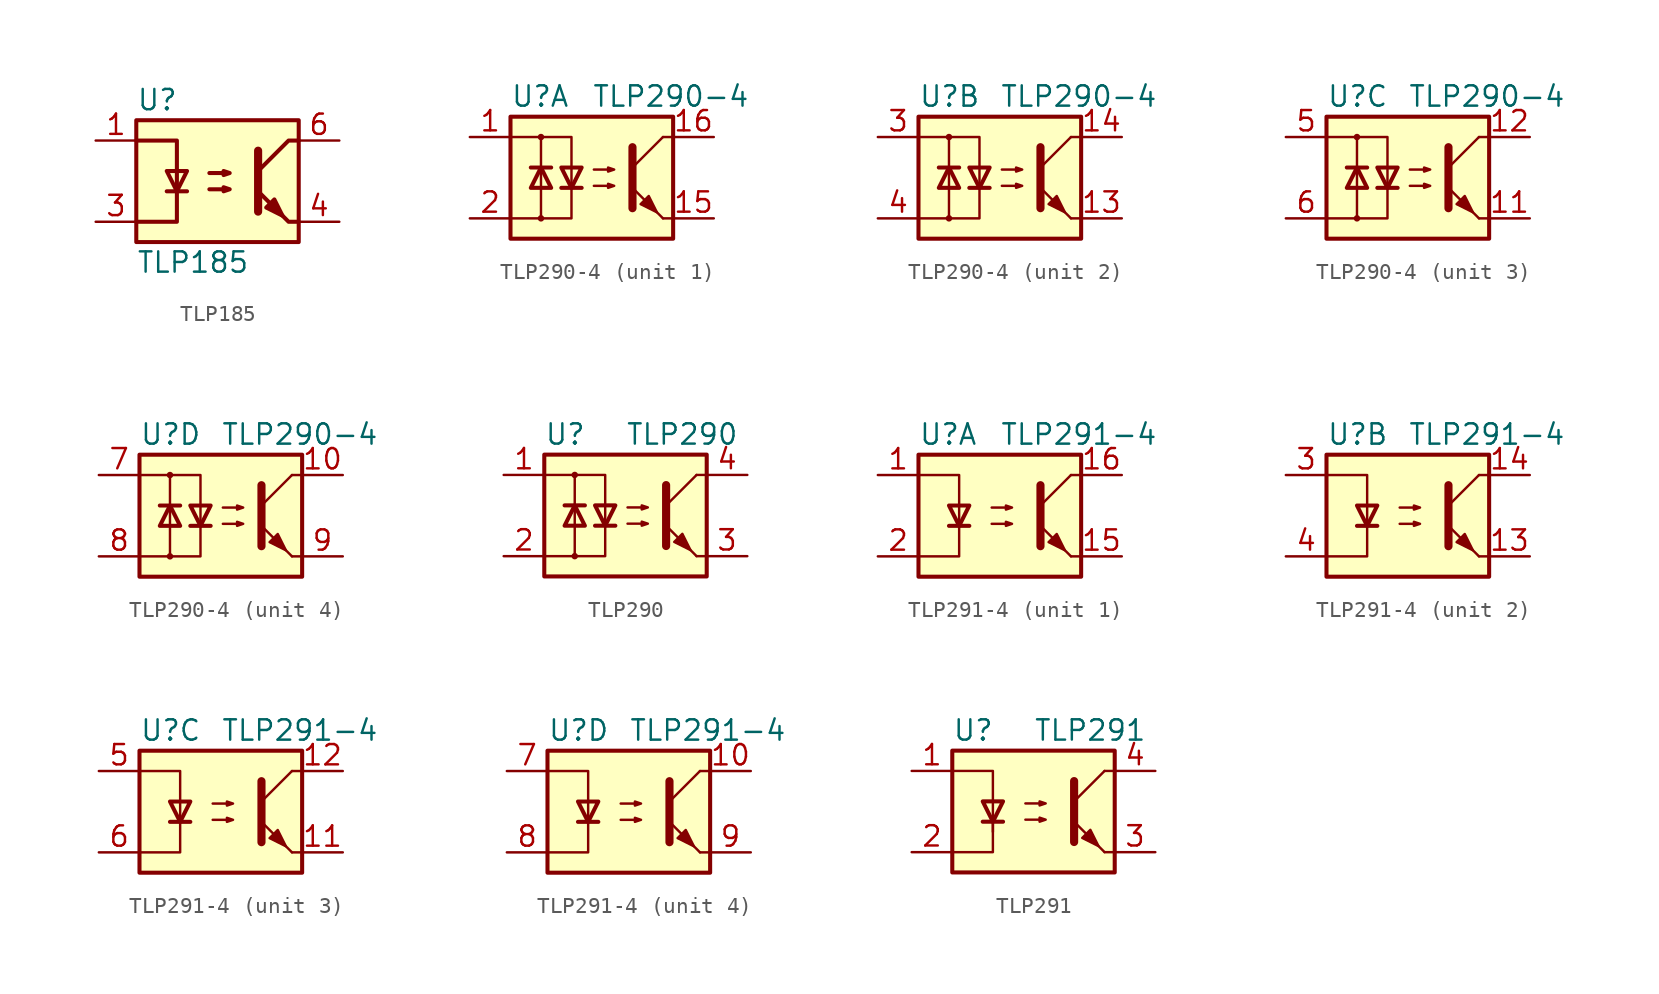
<source format=kicad_sym>
(kicad_symbol_lib
  (version 20201005)
  (generator kicad_symbol_editor)
  (symbol "TLP185"
    (property "Reference" "U"
      (at -5.08 5.08 0)
      (effects (font (size 1.27 1.27)) (justify left)))
    (property "Value" "TLP185"
      (at -5.08 -5.08 0)
      (effects (font (size 1.27 1.27)) (justify left)))
    (symbol "TLP185_0_1"
      (rectangle (start -5.08 3.81) (end 5.08 -3.81) (stroke (width 0.254)) (fill (type background)))
      (polyline (pts (xy -3.175 -0.635) (xy -1.905 -0.635)) (stroke (width 0.254)) (fill (type none)))
      (polyline (pts (xy 2.54 1.905) (xy 2.54 -1.905) (xy 2.54 -1.905)) (stroke (width 0.508)) (fill (type none)))
      (polyline (pts (xy 5.08 -2.54) (xy 4.445 -2.54) (xy 2.54 -0.635)) (stroke (width 0.254)) (fill (type none)))
      (polyline (pts (xy 5.08 2.54) (xy 4.445 2.54) (xy 2.54 0.635)) (stroke (width 0.254)) (fill (type none)))
      (polyline (pts (xy -5.08 -2.54) (xy -2.54 -2.54) (xy -2.54 2.54) (xy -5.08 2.54)) (stroke (width 0.254)) (fill (type none)))
      (polyline (pts (xy -2.54 -0.635) (xy -3.175 0.635) (xy -1.905 0.635) (xy -2.54 -0.635)) (stroke (width 0.254)) (fill (type none)))
      (polyline (pts (xy -0.508 -0.508) (xy 0.762 -0.508) (xy 0.381 -0.635) (xy 0.381 -0.381) (xy 0.762 -0.508)) (stroke (width 0.254)) (fill (type none)))
      (polyline (pts (xy -0.508 0.508) (xy 0.762 0.508) (xy 0.381 0.381) (xy 0.381 0.635) (xy 0.762 0.508)) (stroke (width 0.254)) (fill (type none)))
      (polyline (pts (xy 3.048 -1.651) (xy 3.556 -1.143) (xy 4.064 -2.159) (xy 3.048 -1.651) (xy 3.048 -1.651)) (stroke (width 0.254)) (fill (type outline))))
    (symbol "TLP185_1_1"
      (pin passive line (at -7.62 2.54 0) (length 2.54) (name "~" (effects (font (size 1.27 1.27)))) (number "1" (effects (font (size 1.27 1.27)))))
      (pin passive line (at -7.62 -2.54 0) (length 2.54) (name "~" (effects (font (size 1.27 1.27)))) (number "3" (effects (font (size 1.27 1.27)))))
      (pin passive line (at 7.62 -2.54 180) (length 2.54) (name "~" (effects (font (size 1.27 1.27)))) (number "4" (effects (font (size 1.27 1.27)))))
      (pin passive line (at 7.62 2.54 180) (length 2.54) (name "~" (effects (font (size 1.27 1.27)))) (number "6" (effects (font (size 1.27 1.27)))))))
  (symbol "TLP290-4"
    (pin_names
      (offset 1.016))
    (property "Reference" "U"
      (at -5.08 5.08 0)
      (effects (font (size 1.27 1.27)) (justify left)))
    (property "Value" "TLP290-4"
      (at 0 5.08 0)
      (effects (font (size 1.27 1.27)) (justify left)))
    (symbol "TLP290-4_0_1"
      (circle (center -3.175 -2.54) (radius 0.127) (stroke (width 0)) (fill (type none)))
      (circle (center -3.175 2.54) (radius 0.127) (stroke (width 0)) (fill (type none)))
      (rectangle (start -5.08 3.81) (end 5.08 -3.81) (stroke (width 0.254)) (fill (type background)))
      (polyline (pts (xy -3.81 0.635) (xy -2.54 0.635)) (stroke (width 0.254)) (fill (type none)))
      (polyline (pts (xy -3.175 -0.635) (xy -3.175 -2.54)) (stroke (width 0)) (fill (type none)))
      (polyline (pts (xy -3.175 -0.635) (xy -3.175 2.54)) (stroke (width 0)) (fill (type none)))
      (polyline (pts (xy -1.905 -0.635) (xy -0.635 -0.635)) (stroke (width 0.254)) (fill (type none)))
      (polyline (pts (xy 2.54 0.635) (xy 4.445 2.54)) (stroke (width 0)) (fill (type none)))
      (polyline (pts (xy 4.445 -2.54) (xy 2.54 -0.635)) (stroke (width 0)) (fill (type outline)))
      (polyline (pts (xy 4.445 -2.54) (xy 5.08 -2.54)) (stroke (width 0)) (fill (type none)))
      (polyline (pts (xy 4.445 2.54) (xy 5.08 2.54)) (stroke (width 0)) (fill (type none)))
      (polyline (pts (xy -5.08 2.54) (xy -1.27 2.54) (xy -1.27 -0.635)) (stroke (width 0)) (fill (type none)))
      (polyline (pts (xy -1.27 -0.635) (xy -1.27 -2.54) (xy -5.08 -2.54)) (stroke (width 0)) (fill (type none)))
      (polyline (pts (xy 2.54 1.905) (xy 2.54 -1.905) (xy 2.54 -1.905)) (stroke (width 0.508)) (fill (type none)))
      (polyline (pts (xy -3.175 0.635) (xy -3.81 -0.635) (xy -2.54 -0.635) (xy -3.175 0.635)) (stroke (width 0.254)) (fill (type none)))
      (polyline (pts (xy -1.27 -0.635) (xy -1.905 0.635) (xy -0.635 0.635) (xy -1.27 -0.635)) (stroke (width 0.254)) (fill (type none)))
      (polyline (pts (xy 0.127 -0.508) (xy 1.397 -0.508) (xy 1.016 -0.635) (xy 1.016 -0.381) (xy 1.397 -0.508)) (stroke (width 0)) (fill (type none)))
      (polyline (pts (xy 0.127 0.508) (xy 1.397 0.508) (xy 1.016 0.381) (xy 1.016 0.635) (xy 1.397 0.508)) (stroke (width 0)) (fill (type none)))
      (polyline (pts (xy 3.048 -1.651) (xy 3.556 -1.143) (xy 4.064 -2.159) (xy 3.048 -1.651) (xy 3.048 -1.651)) (stroke (width 0)) (fill (type outline))))
    (symbol "TLP290-4_1_1"
      (pin passive line (at -7.62 2.54 0) (length 2.54) (name "~" (effects (font (size 1.27 1.27)))) (number "1" (effects (font (size 1.27 1.27)))))
      (pin passive line (at 7.62 -2.54 180) (length 2.54) (name "~" (effects (font (size 1.27 1.27)))) (number "15" (effects (font (size 1.27 1.27)))))
      (pin passive line (at 7.62 2.54 180) (length 2.54) (name "~" (effects (font (size 1.27 1.27)))) (number "16" (effects (font (size 1.27 1.27)))))
      (pin passive line (at -7.62 -2.54 0) (length 2.54) (name "~" (effects (font (size 1.27 1.27)))) (number "2" (effects (font (size 1.27 1.27))))))
    (symbol "TLP290-4_2_1"
      (pin passive line (at 7.62 -2.54 180) (length 2.54) (name "~" (effects (font (size 1.27 1.27)))) (number "13" (effects (font (size 1.27 1.27)))))
      (pin passive line (at 7.62 2.54 180) (length 2.54) (name "~" (effects (font (size 1.27 1.27)))) (number "14" (effects (font (size 1.27 1.27)))))
      (pin passive line (at -7.62 2.54 0) (length 2.54) (name "~" (effects (font (size 1.27 1.27)))) (number "3" (effects (font (size 1.27 1.27)))))
      (pin passive line (at -7.62 -2.54 0) (length 2.54) (name "~" (effects (font (size 1.27 1.27)))) (number "4" (effects (font (size 1.27 1.27))))))
    (symbol "TLP290-4_3_1"
      (pin passive line (at 7.62 -2.54 180) (length 2.54) (name "~" (effects (font (size 1.27 1.27)))) (number "11" (effects (font (size 1.27 1.27)))))
      (pin passive line (at 7.62 2.54 180) (length 2.54) (name "~" (effects (font (size 1.27 1.27)))) (number "12" (effects (font (size 1.27 1.27)))))
      (pin passive line (at -7.62 2.54 0) (length 2.54) (name "~" (effects (font (size 1.27 1.27)))) (number "5" (effects (font (size 1.27 1.27)))))
      (pin passive line (at -7.62 -2.54 0) (length 2.54) (name "~" (effects (font (size 1.27 1.27)))) (number "6" (effects (font (size 1.27 1.27))))))
    (symbol "TLP290-4_4_1"
      (pin passive line (at 7.62 2.54 180) (length 2.54) (name "~" (effects (font (size 1.27 1.27)))) (number "10" (effects (font (size 1.27 1.27)))))
      (pin passive line (at -7.62 2.54 0) (length 2.54) (name "~" (effects (font (size 1.27 1.27)))) (number "7" (effects (font (size 1.27 1.27)))))
      (pin passive line (at -7.62 -2.54 0) (length 2.54) (name "~" (effects (font (size 1.27 1.27)))) (number "8" (effects (font (size 1.27 1.27)))))
      (pin passive line (at 7.62 -2.54 180) (length 2.54) (name "~" (effects (font (size 1.27 1.27)))) (number "9" (effects (font (size 1.27 1.27)))))))
  (symbol "TLP290"
    (pin_names
      (offset 1.016))
    (property "Reference" "U"
      (at -5.08 5.08 0)
      (effects (font (size 1.27 1.27)) (justify left)))
    (property "Value" "TLP290"
      (at 0 5.08 0)
      (effects (font (size 1.27 1.27)) (justify left)))
    (symbol "TLP290_0_1"
      (circle (center -3.175 -2.54) (radius 0.127) (stroke (width 0)) (fill (type none)))
      (circle (center -3.175 2.54) (radius 0.127) (stroke (width 0)) (fill (type none)))
      (rectangle (start -5.08 3.81) (end 5.08 -3.81) (stroke (width 0.254)) (fill (type background)))
      (polyline (pts (xy -3.81 0.635) (xy -2.54 0.635)) (stroke (width 0.254)) (fill (type none)))
      (polyline (pts (xy -3.175 -0.635) (xy -3.175 -2.54)) (stroke (width 0)) (fill (type none)))
      (polyline (pts (xy -3.175 -0.635) (xy -3.175 2.54)) (stroke (width 0)) (fill (type none)))
      (polyline (pts (xy -1.905 -0.635) (xy -0.635 -0.635)) (stroke (width 0.254)) (fill (type none)))
      (polyline (pts (xy 2.54 0.635) (xy 4.445 2.54)) (stroke (width 0)) (fill (type none)))
      (polyline (pts (xy 4.445 -2.54) (xy 2.54 -0.635)) (stroke (width 0)) (fill (type outline)))
      (polyline (pts (xy 4.445 -2.54) (xy 5.08 -2.54)) (stroke (width 0)) (fill (type none)))
      (polyline (pts (xy 4.445 2.54) (xy 5.08 2.54)) (stroke (width 0)) (fill (type none)))
      (polyline (pts (xy -5.08 2.54) (xy -1.27 2.54) (xy -1.27 -0.635)) (stroke (width 0)) (fill (type none)))
      (polyline (pts (xy -1.27 -0.635) (xy -1.27 -2.54) (xy -5.08 -2.54)) (stroke (width 0)) (fill (type none)))
      (polyline (pts (xy 2.54 1.905) (xy 2.54 -1.905) (xy 2.54 -1.905)) (stroke (width 0.508)) (fill (type none)))
      (polyline (pts (xy -3.175 0.635) (xy -3.81 -0.635) (xy -2.54 -0.635) (xy -3.175 0.635)) (stroke (width 0.254)) (fill (type none)))
      (polyline (pts (xy -1.27 -0.635) (xy -1.905 0.635) (xy -0.635 0.635) (xy -1.27 -0.635)) (stroke (width 0.254)) (fill (type none)))
      (polyline (pts (xy 0.127 -0.508) (xy 1.397 -0.508) (xy 1.016 -0.635) (xy 1.016 -0.381) (xy 1.397 -0.508)) (stroke (width 0)) (fill (type none)))
      (polyline (pts (xy 0.127 0.508) (xy 1.397 0.508) (xy 1.016 0.381) (xy 1.016 0.635) (xy 1.397 0.508)) (stroke (width 0)) (fill (type none)))
      (polyline (pts (xy 3.048 -1.651) (xy 3.556 -1.143) (xy 4.064 -2.159) (xy 3.048 -1.651) (xy 3.048 -1.651)) (stroke (width 0)) (fill (type outline))))
    (symbol "TLP290_1_1"
      (pin passive line (at -7.62 2.54 0) (length 2.54) (name "~" (effects (font (size 1.27 1.27)))) (number "1" (effects (font (size 1.27 1.27)))))
      (pin passive line (at -7.62 -2.54 0) (length 2.54) (name "~" (effects (font (size 1.27 1.27)))) (number "2" (effects (font (size 1.27 1.27)))))
      (pin passive line (at 7.62 -2.54 180) (length 2.54) (name "~" (effects (font (size 1.27 1.27)))) (number "3" (effects (font (size 1.27 1.27)))))
      (pin passive line (at 7.62 2.54 180) (length 2.54) (name "~" (effects (font (size 1.27 1.27)))) (number "4" (effects (font (size 1.27 1.27)))))))
  (symbol "TLP291-4"
    (property "Reference" "U"
      (at -5.08 5.08 0)
      (effects (font (size 1.27 1.27)) (justify left)))
    (property "Value" "TLP291-4"
      (at 0 5.08 0)
      (effects (font (size 1.27 1.27)) (justify left)))
    (symbol "TLP291-4_0_1"
      (rectangle (start -5.08 3.81) (end 5.08 -3.81) (stroke (width 0.254)) (fill (type background)))
      (polyline (pts (xy -3.175 -0.635) (xy -1.905 -0.635)) (stroke (width 0.254)) (fill (type none)))
      (polyline (pts (xy 2.54 0.635) (xy 4.445 2.54)) (stroke (width 0)) (fill (type none)))
      (polyline (pts (xy 4.445 -2.54) (xy 2.54 -0.635)) (stroke (width 0)) (fill (type outline)))
      (polyline (pts (xy 4.445 -2.54) (xy 5.08 -2.54)) (stroke (width 0)) (fill (type none)))
      (polyline (pts (xy 4.445 2.54) (xy 5.08 2.54)) (stroke (width 0)) (fill (type none)))
      (polyline (pts (xy -5.08 2.54) (xy -2.54 2.54) (xy -2.54 0.635)) (stroke (width 0)) (fill (type none)))
      (polyline (pts (xy -2.54 0.635) (xy -2.54 -2.54) (xy -5.08 -2.54)) (stroke (width 0)) (fill (type none)))
      (polyline (pts (xy 2.54 1.905) (xy 2.54 -1.905) (xy 2.54 -1.905)) (stroke (width 0.508)) (fill (type none)))
      (polyline (pts (xy -2.54 -0.635) (xy -3.175 0.635) (xy -1.905 0.635) (xy -2.54 -0.635)) (stroke (width 0.254)) (fill (type none)))
      (polyline (pts (xy -0.508 -0.508) (xy 0.762 -0.508) (xy 0.381 -0.635) (xy 0.381 -0.381) (xy 0.762 -0.508)) (stroke (width 0)) (fill (type none)))
      (polyline (pts (xy -0.508 0.508) (xy 0.762 0.508) (xy 0.381 0.381) (xy 0.381 0.635) (xy 0.762 0.508)) (stroke (width 0)) (fill (type none)))
      (polyline (pts (xy 3.048 -1.651) (xy 3.556 -1.143) (xy 4.064 -2.159) (xy 3.048 -1.651) (xy 3.048 -1.651)) (stroke (width 0)) (fill (type outline))))
    (symbol "TLP291-4_1_1"
      (pin passive line (at -7.62 2.54 0) (length 2.54) (name "~" (effects (font (size 1.27 1.27)))) (number "1" (effects (font (size 1.27 1.27)))))
      (pin passive line (at 7.62 -2.54 180) (length 2.54) (name "~" (effects (font (size 1.27 1.27)))) (number "15" (effects (font (size 1.27 1.27)))))
      (pin passive line (at 7.62 2.54 180) (length 2.54) (name "~" (effects (font (size 1.27 1.27)))) (number "16" (effects (font (size 1.27 1.27)))))
      (pin passive line (at -7.62 -2.54 0) (length 2.54) (name "~" (effects (font (size 1.27 1.27)))) (number "2" (effects (font (size 1.27 1.27))))))
    (symbol "TLP291-4_2_1"
      (pin passive line (at 7.62 -2.54 180) (length 2.54) (name "~" (effects (font (size 1.27 1.27)))) (number "13" (effects (font (size 1.27 1.27)))))
      (pin passive line (at 7.62 2.54 180) (length 2.54) (name "~" (effects (font (size 1.27 1.27)))) (number "14" (effects (font (size 1.27 1.27)))))
      (pin passive line (at -7.62 2.54 0) (length 2.54) (name "~" (effects (font (size 1.27 1.27)))) (number "3" (effects (font (size 1.27 1.27)))))
      (pin passive line (at -7.62 -2.54 0) (length 2.54) (name "~" (effects (font (size 1.27 1.27)))) (number "4" (effects (font (size 1.27 1.27))))))
    (symbol "TLP291-4_3_1"
      (pin passive line (at 7.62 -2.54 180) (length 2.54) (name "~" (effects (font (size 1.27 1.27)))) (number "11" (effects (font (size 1.27 1.27)))))
      (pin passive line (at 7.62 2.54 180) (length 2.54) (name "~" (effects (font (size 1.27 1.27)))) (number "12" (effects (font (size 1.27 1.27)))))
      (pin passive line (at -7.62 2.54 0) (length 2.54) (name "~" (effects (font (size 1.27 1.27)))) (number "5" (effects (font (size 1.27 1.27)))))
      (pin passive line (at -7.62 -2.54 0) (length 2.54) (name "~" (effects (font (size 1.27 1.27)))) (number "6" (effects (font (size 1.27 1.27))))))
    (symbol "TLP291-4_4_1"
      (pin passive line (at 7.62 2.54 180) (length 2.54) (name "~" (effects (font (size 1.27 1.27)))) (number "10" (effects (font (size 1.27 1.27)))))
      (pin passive line (at -7.62 2.54 0) (length 2.54) (name "~" (effects (font (size 1.27 1.27)))) (number "7" (effects (font (size 1.27 1.27)))))
      (pin passive line (at -7.62 -2.54 0) (length 2.54) (name "~" (effects (font (size 1.27 1.27)))) (number "8" (effects (font (size 1.27 1.27)))))
      (pin passive line (at 7.62 -2.54 180) (length 2.54) (name "~" (effects (font (size 1.27 1.27)))) (number "9" (effects (font (size 1.27 1.27)))))))
  (symbol "TLP291"
    (property "Reference" "U"
      (at -5.08 5.08 0)
      (effects (font (size 1.27 1.27)) (justify left)))
    (property "Value" "TLP291"
      (at 0 5.08 0)
      (effects (font (size 1.27 1.27)) (justify left)))
    (symbol "TLP291_0_1"
      (rectangle (start -5.08 3.81) (end 5.08 -3.81) (stroke (width 0.254)) (fill (type background)))
      (polyline (pts (xy -3.175 -0.635) (xy -1.905 -0.635)) (stroke (width 0.254)) (fill (type none)))
      (polyline (pts (xy 2.54 0.635) (xy 4.445 2.54)) (stroke (width 0)) (fill (type none)))
      (polyline (pts (xy 4.445 -2.54) (xy 2.54 -0.635)) (stroke (width 0)) (fill (type outline)))
      (polyline (pts (xy 4.445 -2.54) (xy 5.08 -2.54)) (stroke (width 0)) (fill (type none)))
      (polyline (pts (xy 4.445 2.54) (xy 5.08 2.54)) (stroke (width 0)) (fill (type none)))
      (polyline (pts (xy -2.54 -0.635) (xy -2.54 -2.54) (xy -5.08 -2.54)) (stroke (width 0)) (fill (type none)))
      (polyline (pts (xy 2.54 1.905) (xy 2.54 -1.905) (xy 2.54 -1.905)) (stroke (width 0.508)) (fill (type none)))
      (polyline (pts (xy -5.08 2.54) (xy -2.54 2.54) (xy -2.54 -1.27) (xy -2.54 0.635)) (stroke (width 0)) (fill (type none)))
      (polyline (pts (xy -2.54 -0.635) (xy -3.175 0.635) (xy -1.905 0.635) (xy -2.54 -0.635)) (stroke (width 0.254)) (fill (type none)))
      (polyline (pts (xy -0.508 -0.508) (xy 0.762 -0.508) (xy 0.381 -0.635) (xy 0.381 -0.381) (xy 0.762 -0.508)) (stroke (width 0)) (fill (type none)))
      (polyline (pts (xy -0.508 0.508) (xy 0.762 0.508) (xy 0.381 0.381) (xy 0.381 0.635) (xy 0.762 0.508)) (stroke (width 0)) (fill (type none)))
      (polyline (pts (xy 3.048 -1.651) (xy 3.556 -1.143) (xy 4.064 -2.159) (xy 3.048 -1.651) (xy 3.048 -1.651)) (stroke (width 0)) (fill (type outline))))
    (symbol "TLP291_1_1"
      (pin passive line (at -7.62 2.54 0) (length 2.54) (name "~" (effects (font (size 1.27 1.27)))) (number "1" (effects (font (size 1.27 1.27)))))
      (pin passive line (at -7.62 -2.54 0) (length 2.54) (name "~" (effects (font (size 1.27 1.27)))) (number "2" (effects (font (size 1.27 1.27)))))
      (pin passive line (at 7.62 -2.54 180) (length 2.54) (name "~" (effects (font (size 1.27 1.27)))) (number "3" (effects (font (size 1.27 1.27)))))
      (pin passive line (at 7.62 2.54 180) (length 2.54) (name "~" (effects (font (size 1.27 1.27)))) (number "4" (effects (font (size 1.27 1.27))))))))
</source>
